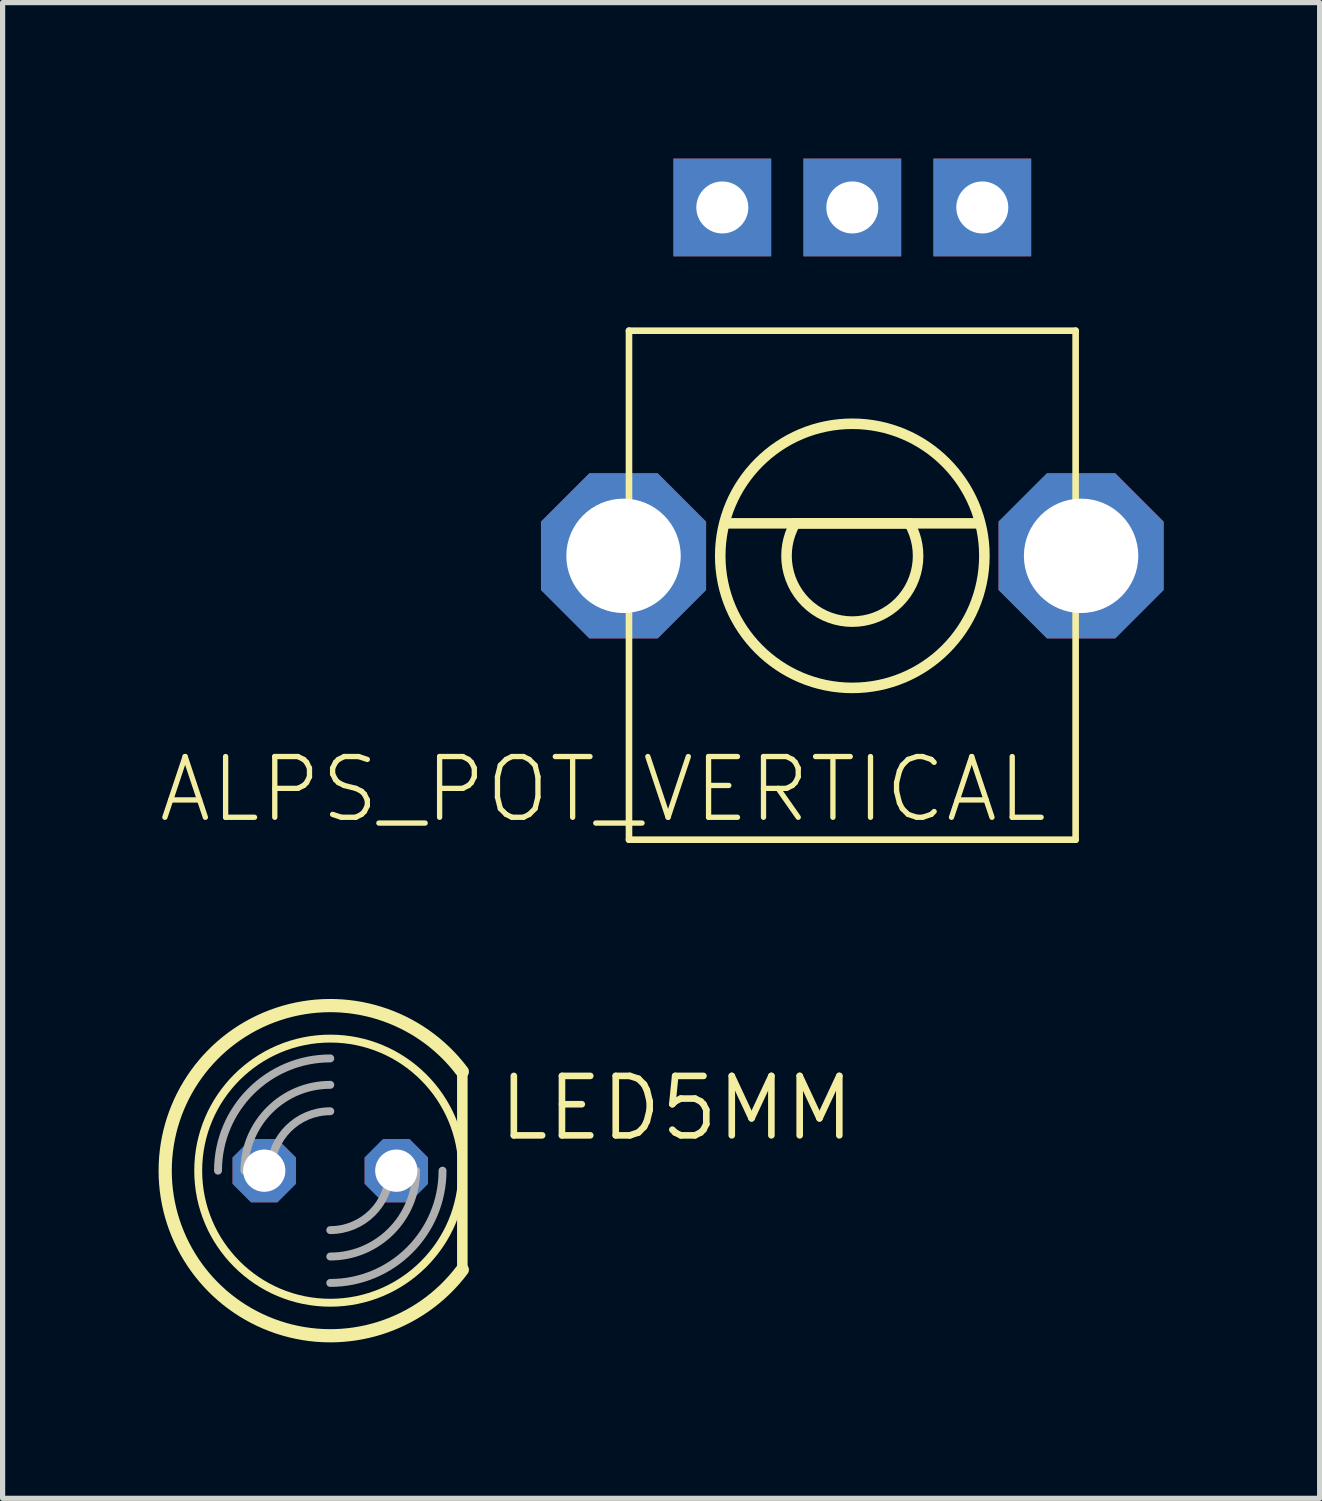
<source format=kicad_pcb>
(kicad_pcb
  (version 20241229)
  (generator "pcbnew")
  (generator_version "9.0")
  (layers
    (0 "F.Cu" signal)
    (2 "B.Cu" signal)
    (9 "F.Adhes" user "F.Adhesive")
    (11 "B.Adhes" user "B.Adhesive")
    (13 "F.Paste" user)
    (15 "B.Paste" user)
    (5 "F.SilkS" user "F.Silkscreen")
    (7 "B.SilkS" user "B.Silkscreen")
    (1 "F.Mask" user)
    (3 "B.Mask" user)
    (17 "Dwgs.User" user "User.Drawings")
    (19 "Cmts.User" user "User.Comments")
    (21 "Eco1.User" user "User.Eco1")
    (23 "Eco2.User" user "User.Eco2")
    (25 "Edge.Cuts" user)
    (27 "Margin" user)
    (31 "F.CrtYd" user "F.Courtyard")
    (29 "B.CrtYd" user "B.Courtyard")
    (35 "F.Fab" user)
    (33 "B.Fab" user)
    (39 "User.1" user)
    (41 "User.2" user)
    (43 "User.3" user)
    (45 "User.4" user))
  (footprint "LED5MM"
    (layer "F.Cu")
    (at 3.302 19.465)
    (property "Reference" "LED5MM" (at 3.175 -0.533 0) (unlocked yes) (layer "F.SilkS") (effects (font (size 1.143 1.143) (thickness 0.127)) (justify left bottom)))
    (fp_line (start 2.54 1.905) (end 2.54 -1.905) (stroke (width 0.203) (type solid)) (layer "F.SilkS"))
    (fp_arc (start 2.54 1.905) (mid -3.175 0) (end 2.54 -1.905) (stroke (width 0.254) (type solid)) (layer "F.SilkS"))
    (fp_circle (center 0 0) (end 2.54 0) (stroke (width 0.152) (type solid)) (fill no) (layer "F.SilkS"))
    (fp_arc (start -2.159 0) (mid -1.526644 -1.526644) (end 0 -2.159) (stroke (width 0.1524) (type solid)) (layer "F.Fab"))
    (fp_arc (start -1.651 0) (mid -1.167433 -1.167433) (end 0 -1.651) (stroke (width 0.1524) (type solid)) (layer "F.Fab"))
    (fp_arc (start -1.143 0) (mid -0.808223 -0.808223) (end 0 -1.143) (stroke (width 0.1524) (type solid)) (layer "F.Fab"))
    (fp_arc (start 1.143 0) (mid 0.808223 0.808223) (end 0 1.143) (stroke (width 0.1524) (type solid)) (layer "F.Fab"))
    (fp_arc (start 1.651 0) (mid 1.167433 1.167433) (end 0 1.651) (stroke (width 0.1524) (type solid)) (layer "F.Fab"))
    (fp_arc (start 2.159 0) (mid 1.526644 1.526644) (end 0 2.159) (stroke (width 0.1524) (type solid)) (layer "F.Fab"))
    (pad "A" thru_hole roundrect (at -1.27 0) (size 1.219 1.219) (drill 0.813) (layers "*.Cu" "*.Mask") (roundrect_rratio 0.25) (chamfer_ratio 0.293) (chamfer top_left top_right bottom_left bottom_right))
    (pad "K" thru_hole roundrect (at 1.27 0) (size 1.219 1.219) (drill 0.813) (layers "*.Cu" "*.Mask") (roundrect_rratio 0.25) (chamfer_ratio 0.293) (chamfer top_left top_right bottom_left bottom_right)))
  (footprint "ALPS_POT_VERTICAL"
    (layer "F.Cu")
    (at 13.342 7.64)
    (property "Reference" "ALPS_POT_VERTICAL" (at 3.81 3.81 0) (unlocked yes) (layer "F.SilkS") (effects (font (size 1.168 1.168) (thickness 0.102)) (justify right top)))
    (fp_line (start -4.295 -4.33) (end 4.295 -4.33) (stroke (width 0.127) (type solid)) (layer "F.SilkS"))
    (fp_line (start -4.295 5.46) (end -4.295 -4.33) (stroke (width 0.127) (type solid)) (layer "F.SilkS"))
    (fp_line (start -2.45 -0.625) (end 2.425 -0.625) (stroke (width 0.203) (type solid)) (layer "F.SilkS"))
    (fp_line (start -1.1 -0.625) (end 1.1 -0.625) (stroke (width 0.203) (type solid)) (layer "F.SilkS"))
    (fp_line (start 4.295 -4.33) (end 4.295 5.46) (stroke (width 0.127) (type solid)) (layer "F.SilkS"))
    (fp_line (start 4.295 5.46) (end -4.295 5.46) (stroke (width 0.127) (type solid)) (layer "F.SilkS"))
    (fp_arc (start 1.1 -0.625) (mid 0 1.265158) (end -1.1 -0.625) (stroke (width 0.2032) (type solid)) (layer "F.SilkS"))
    (fp_circle (center 0 0) (end 2.54 0) (stroke (width 0.203) (type solid)) (fill no) (layer "F.SilkS"))
    (pad "P$1" thru_hole rect (at -2.5 -6.7 270) (size 1.88 1.88) (drill 1) (layers "*.Cu" "*.Mask"))
    (pad "P$2" thru_hole rect (at 0 -6.7 270) (size 1.88 1.88) (drill 1) (layers "*.Cu" "*.Mask"))
    (pad "P$3" thru_hole rect (at 2.5 -6.7 270) (size 1.88 1.88) (drill 1) (layers "*.Cu" "*.Mask"))
    (pad "P$4" thru_hole roundrect (at -4.4 0 270) (size 3.175 3.175) (drill 2.2) (layers "*.Cu" "*.Mask") (roundrect_rratio 0.25) (chamfer_ratio 0.293) (chamfer top_left top_right bottom_left bottom_right))
    (pad "P$5" thru_hole roundrect (at 4.4 0 270) (size 3.175 3.175) (drill 2.2) (layers "*.Cu" "*.Mask") (roundrect_rratio 0.25) (chamfer_ratio 0.293) (chamfer top_left top_right bottom_left bottom_right)))
  (gr_rect
    (start -3 -3)
    (end 22.33 25.767)
    (stroke (width 0.1) (type default))
    (fill no)
    (layer "Edge.Cuts")))
</source>
